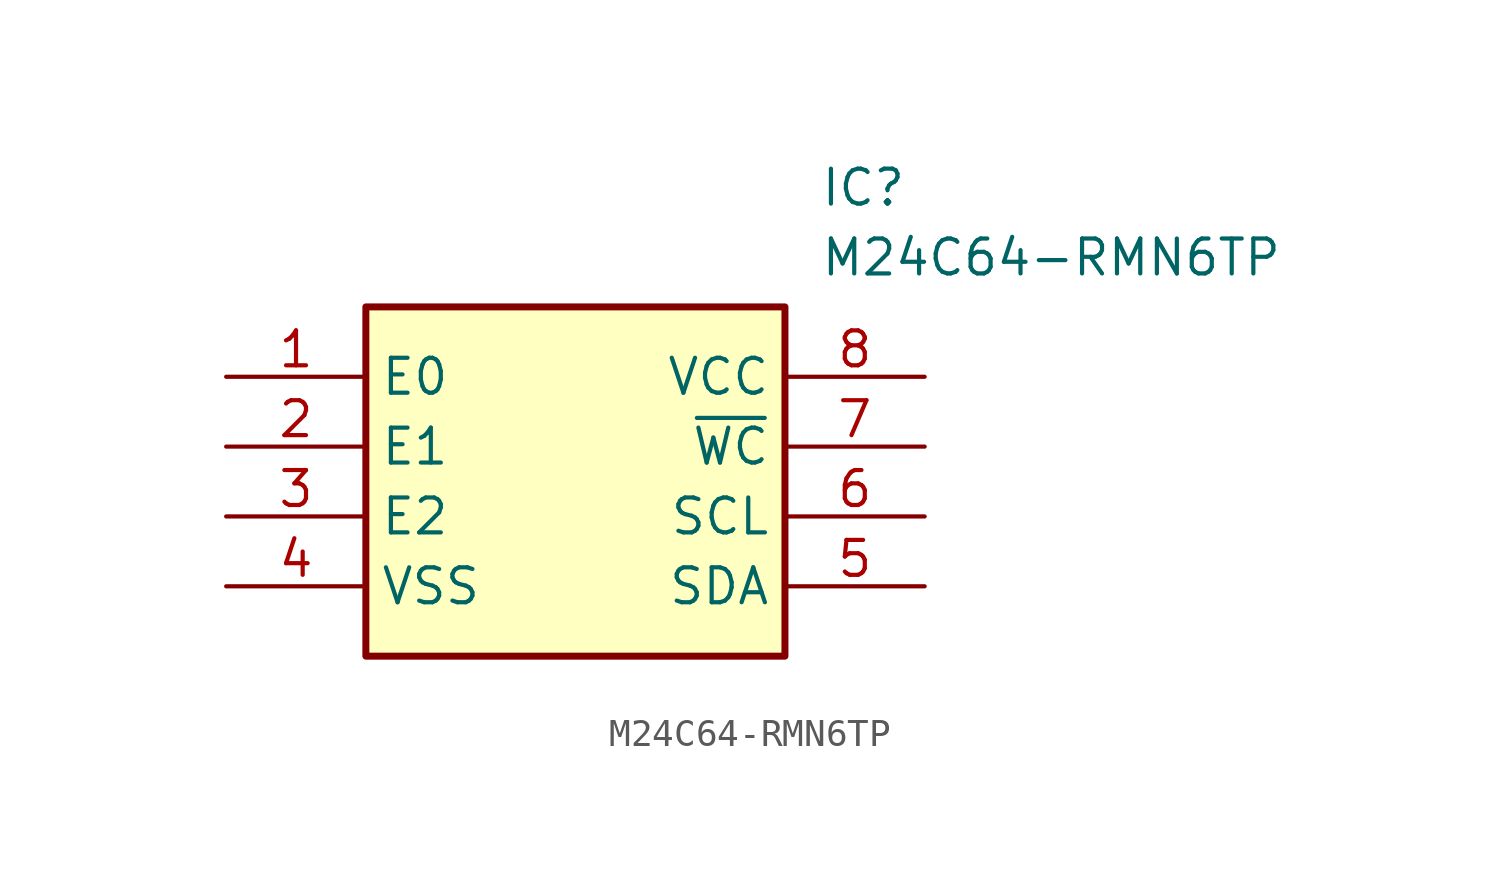
<source format=kicad_sym>
(kicad_symbol_lib
  (version 20211014)
  (generator SamacSys_ECAD_Model)
  (symbol "M24C64-RMN6TP"
    (property "Reference" "IC"
      (at 21.59 7.62 0)
      (effects (font (size 1.27 1.27)) (justify left top)))
    (property "Value" "M24C64-RMN6TP"
      (at 21.59 5.08 0)
      (effects (font (size 1.27 1.27)) (justify left top)))
    (rectangle
      (start 5.08 2.54)
      (end 20.32 -10.16)
      (stroke (width 0.254) (type default))
      (fill (type background)))
    (pin passive line
      (at 0 0 0)
      (length 5.08)
      (name "E0" (effects (font (size 1.27 1.27))))
      (number "1" (effects (font (size 1.27 1.27)))))
    (pin passive line
      (at 0 -2.54 0)
      (length 5.08)
      (name "E1" (effects (font (size 1.27 1.27))))
      (number "2" (effects (font (size 1.27 1.27)))))
    (pin passive line
      (at 0 -5.08 0)
      (length 5.08)
      (name "E2" (effects (font (size 1.27 1.27))))
      (number "3" (effects (font (size 1.27 1.27)))))
    (pin passive line
      (at 0 -7.62 0)
      (length 5.08)
      (name "VSS" (effects (font (size 1.27 1.27))))
      (number "4" (effects (font (size 1.27 1.27)))))
    (pin passive line
      (at 25.4 0 180)
      (length 5.08)
      (name "VCC" (effects (font (size 1.27 1.27))))
      (number "8" (effects (font (size 1.27 1.27)))))
    (pin passive line
      (at 25.4 -2.54 180)
      (length 5.08)
      (name "~{WC}" (effects (font (size 1.27 1.27))))
      (number "7" (effects (font (size 1.27 1.27)))))
    (pin passive line
      (at 25.4 -5.08 180)
      (length 5.08)
      (name "SCL" (effects (font (size 1.27 1.27))))
      (number "6" (effects (font (size 1.27 1.27)))))
    (pin passive line
      (at 25.4 -7.62 180)
      (length 5.08)
      (name "SDA" (effects (font (size 1.27 1.27))))
      (number "5" (effects (font (size 1.27 1.27)))))))
</source>
